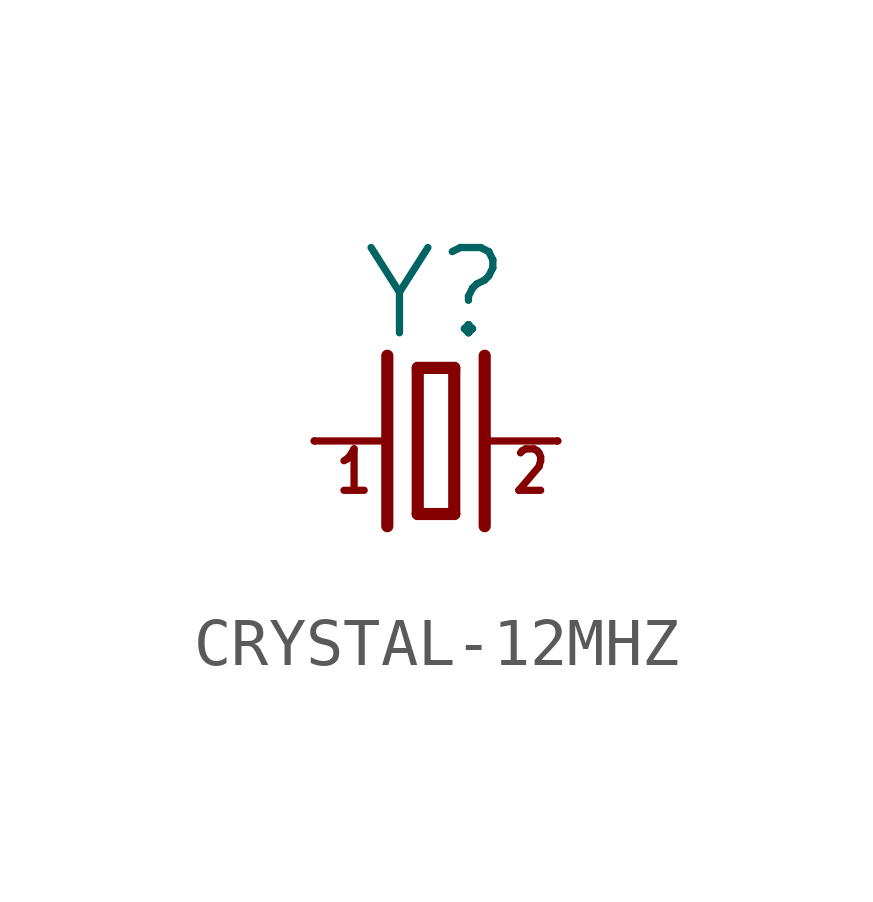
<source format=kicad_sym>
(kicad_symbol_lib
  (version 20220914)
  (generator kicad_symbol_editor)
  (symbol "CRYSTAL-12MHZ"
    (property "Reference" "Y"
      (at 0 2.032 0)
      (effects (font (size 1.778 1.778)) (justify bottom)))
    (property "Value" ""
      (at 0 -2.032 0)
      (effects (font (size 1.778 1.778)) (justify top)))
    (property "ki_locked" ""
      (at 0 0 0)
      (effects (font (size 1.27 1.27))))
    (symbol "CRYSTAL-12MHZ_1_0"
      (polyline (pts (xy -2.54 0) (xy -1.016 0)) (stroke (width 0.152) (type solid)) (fill (type none)))
      (polyline (pts (xy -1.016 1.778) (xy -1.016 -1.778)) (stroke (width 0.254) (type solid)) (fill (type none)))
      (polyline (pts (xy -0.381 -1.524) (xy 0.381 -1.524)) (stroke (width 0.254) (type solid)) (fill (type none)))
      (polyline (pts (xy -0.381 1.524) (xy -0.381 -1.524)) (stroke (width 0.254) (type solid)) (fill (type none)))
      (polyline (pts (xy 0.381 -1.524) (xy 0.381 1.524)) (stroke (width 0.254) (type solid)) (fill (type none)))
      (polyline (pts (xy 0.381 1.524) (xy -0.381 1.524)) (stroke (width 0.254) (type solid)) (fill (type none)))
      (polyline (pts (xy 1.016 0) (xy 2.54 0)) (stroke (width 0.152) (type solid)) (fill (type none)))
      (polyline (pts (xy 1.016 1.778) (xy 1.016 -1.778)) (stroke (width 0.254) (type solid)) (fill (type none)))
      (text "1" (at -2.159 -1.143 0) (effects (font (size 0.864 0.734)) (justify left bottom)))
      (text "2" (at 1.524 -1.143 0) (effects (font (size 0.864 0.734)) (justify left bottom)))
      (pin passive line (at -2.54 0 0) (length 0) (name "1" (effects (font (size 0 0)))) (number "P1" (effects (font (size 0 0)))))
      (pin passive line (at 2.54 0 180) (length 0) (name "2" (effects (font (size 0 0)))) (number "P3" (effects (font (size 0 0))))))))
</source>
